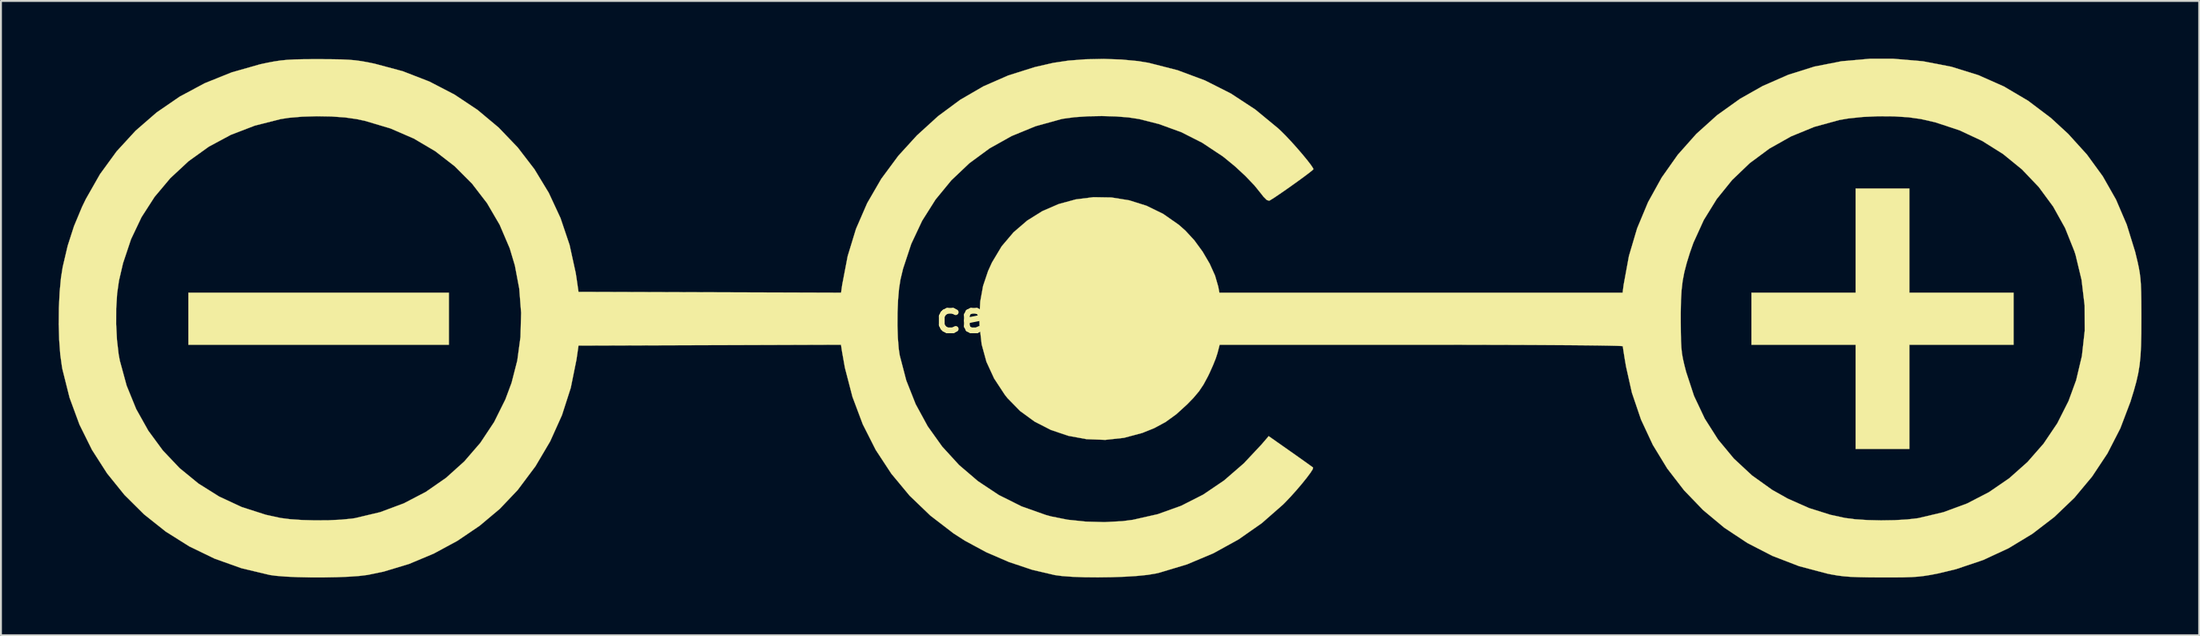
<source format=kicad_pcb>
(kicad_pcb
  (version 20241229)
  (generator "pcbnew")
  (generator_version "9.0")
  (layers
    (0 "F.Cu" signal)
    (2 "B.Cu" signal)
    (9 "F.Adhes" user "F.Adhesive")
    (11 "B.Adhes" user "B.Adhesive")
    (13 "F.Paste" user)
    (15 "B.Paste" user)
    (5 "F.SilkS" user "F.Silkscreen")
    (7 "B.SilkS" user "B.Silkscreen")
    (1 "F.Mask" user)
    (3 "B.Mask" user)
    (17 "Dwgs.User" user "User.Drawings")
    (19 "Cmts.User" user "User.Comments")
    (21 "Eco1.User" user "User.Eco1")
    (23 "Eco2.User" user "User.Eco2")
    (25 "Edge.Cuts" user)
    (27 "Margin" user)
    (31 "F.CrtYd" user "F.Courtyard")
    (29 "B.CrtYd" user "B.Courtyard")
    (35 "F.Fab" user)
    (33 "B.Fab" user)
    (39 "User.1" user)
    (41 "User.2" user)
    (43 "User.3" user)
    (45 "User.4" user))
  (footprint "center_positive"
    (layer "F.Cu")
    (at 54.159 13.442)
    (property "Reference" "center_positive" (at 0 0 0) (layer "F.SilkS") (effects (font (size 1.524 1.524) (thickness 0.3))))
    (attr through_hole)
    (fp_poly (pts (xy -33.867 1.439) (xy -47.413 1.439) (xy -47.413 -1.27) (xy -33.867 -1.27) (xy -33.867 1.439)) (stroke (width 0.01) (type solid)) (fill yes) (layer "F.SilkS"))
    (fp_poly (pts (xy 42.079 -1.27) (xy 47.498 -1.27) (xy 47.498 1.439) (xy 42.079 1.439) (xy 42.079 6.858) (xy 39.285 6.858) (xy 39.285 1.439) (xy 33.867 1.439) (xy 33.867 -1.27) (xy 39.285 -1.27) (xy 39.285 -6.689) (xy 42.079 -6.689) (xy 42.079 -1.27)) (stroke (width 0.01) (type solid)) (fill yes) (layer "F.SilkS"))
    (fp_poly (pts (xy 42.782 -13.306) (xy 44.258 -13.022) (xy 45.662 -12.586) (xy 46.993 -11.996) (xy 48.252 -11.253) (xy 49.44 -10.356) (xy 50.338 -9.529) (xy 51.312 -8.455) (xy 52.138 -7.321) (xy 52.825 -6.111) (xy 53.383 -4.809) (xy 53.819 -3.4) (xy 53.948 -2.865) (xy 54.011 -2.569) (xy 54.059 -2.296) (xy 54.094 -2.015) (xy 54.118 -1.697) (xy 54.133 -1.312) (xy 54.141 -0.83) (xy 54.144 -0.221) (xy 54.144 0.085) (xy 54.141 0.852) (xy 54.127 1.485) (xy 54.099 2.018) (xy 54.052 2.485) (xy 53.981 2.92) (xy 53.882 3.359) (xy 53.75 3.835) (xy 53.581 4.384) (xy 53.575 4.403) (xy 53.048 5.79) (xy 52.38 7.091) (xy 51.579 8.298) (xy 50.656 9.403) (xy 49.617 10.397) (xy 48.474 11.273) (xy 47.235 12.023) (xy 45.908 12.638) (xy 44.502 13.111) (xy 43.559 13.337) (xy 43.194 13.408) (xy 42.87 13.46) (xy 42.551 13.498) (xy 42.203 13.522) (xy 41.79 13.536) (xy 41.278 13.541) (xy 40.632 13.541) (xy 40.629 13.541) (xy 39.971 13.537) (xy 39.447 13.527) (xy 39.025 13.51) (xy 38.671 13.482) (xy 38.35 13.442) (xy 38.028 13.386) (xy 37.804 13.341) (xy 36.342 12.954) (xy 34.958 12.421) (xy 33.661 11.753) (xy 32.457 10.956) (xy 31.355 10.038) (xy 30.363 9.009) (xy 29.489 7.876) (xy 28.74 6.648) (xy 28.126 5.333) (xy 27.652 3.938) (xy 27.344 2.562) (xy 27.278 2.173) (xy 27.225 1.844) (xy 27.19 1.612) (xy 27.178 1.516) (xy 27.095 1.505) (xy 26.85 1.495) (xy 26.451 1.486) (xy 25.907 1.477) (xy 25.225 1.469) (xy 24.413 1.462) (xy 23.479 1.456) (xy 22.43 1.45) (xy 21.275 1.446) (xy 20.021 1.443) (xy 18.677 1.44) (xy 17.25 1.439) (xy 16.695 1.439) (xy 6.213 1.439) (xy 6.1 1.877) (xy 6.012 2.149) (xy 5.867 2.51) (xy 5.692 2.901) (xy 5.604 3.084) (xy 5.375 3.508) (xy 5.139 3.861) (xy 4.85 4.204) (xy 4.534 4.53) (xy 3.961 5.052) (xy 3.404 5.456) (xy 2.809 5.777) (xy 2.192 6.025) (xy 1.238 6.28) (xy 0.265 6.386) (xy -0.707 6.349) (xy -1.656 6.175) (xy -2.563 5.869) (xy -3.406 5.437) (xy -4.164 4.885) (xy -4.817 4.218) (xy -4.958 4.039) (xy -5.515 3.191) (xy -5.913 2.326) (xy -6.162 1.417) (xy -6.273 0.433) (xy -6.28 0.085) (xy -6.265 -0.224) (xy 30.191 -0.224) (xy 30.191 0.212) (xy 30.196 0.787) (xy 30.205 1.231) (xy 30.223 1.583) (xy 30.254 1.881) (xy 30.303 2.165) (xy 30.373 2.472) (xy 30.466 2.836) (xy 30.882 4.102) (xy 31.441 5.284) (xy 32.134 6.373) (xy 32.953 7.359) (xy 33.893 8.233) (xy 34.945 8.986) (xy 35.754 9.441) (xy 36.862 9.932) (xy 37.975 10.283) (xy 38.735 10.447) (xy 39.264 10.515) (xy 39.905 10.557) (xy 40.605 10.573) (xy 41.308 10.562) (xy 41.962 10.525) (xy 42.51 10.461) (xy 42.555 10.454) (xy 43.854 10.147) (xy 45.08 9.695) (xy 46.223 9.103) (xy 47.273 8.382) (xy 48.221 7.539) (xy 49.058 6.583) (xy 49.773 5.522) (xy 50.357 4.365) (xy 50.753 3.282) (xy 51.052 2.02) (xy 51.198 0.712) (xy 51.192 -0.615) (xy 51.034 -1.936) (xy 50.725 -3.223) (xy 50.659 -3.429) (xy 50.178 -4.632) (xy 49.558 -5.747) (xy 48.807 -6.766) (xy 47.935 -7.68) (xy 46.951 -8.482) (xy 45.866 -9.163) (xy 44.687 -9.715) (xy 43.425 -10.131) (xy 42.687 -10.3) (xy 42.035 -10.392) (xy 41.275 -10.44) (xy 40.463 -10.446) (xy 39.655 -10.409) (xy 38.906 -10.331) (xy 38.439 -10.251) (xy 37.143 -9.896) (xy 35.929 -9.399) (xy 34.805 -8.767) (xy 33.78 -8.008) (xy 32.863 -7.13) (xy 32.063 -6.141) (xy 31.388 -5.048) (xy 30.847 -3.86) (xy 30.665 -3.344) (xy 30.5 -2.81) (xy 30.377 -2.336) (xy 30.29 -1.881) (xy 30.234 -1.405) (xy 30.203 -0.867) (xy 30.191 -0.224) (xy -6.265 -0.224) (xy -6.235 -0.811) (xy -6.089 -1.618) (xy -5.829 -2.393) (xy -5.625 -2.842) (xy -5.121 -3.683) (xy -4.505 -4.409) (xy -3.796 -5.019) (xy -3.009 -5.51) (xy -2.16 -5.878) (xy -1.268 -6.121) (xy -0.347 -6.237) (xy 0.584 -6.222) (xy 1.51 -6.074) (xy 2.413 -5.79) (xy 3.278 -5.367) (xy 4.087 -4.802) (xy 4.431 -4.499) (xy 4.897 -3.993) (xy 5.327 -3.405) (xy 5.695 -2.778) (xy 5.975 -2.157) (xy 6.14 -1.587) (xy 6.14 -1.587) (xy 6.2 -1.27) (xy 16.684 -1.27) (xy 27.168 -1.27) (xy 27.22 -1.672) (xy 27.496 -3.176) (xy 27.922 -4.614) (xy 28.491 -5.977) (xy 29.198 -7.255) (xy 30.035 -8.441) (xy 30.998 -9.525) (xy 32.079 -10.499) (xy 33.274 -11.353) (xy 34.448 -12.017) (xy 35.779 -12.601) (xy 37.143 -13.03) (xy 38.556 -13.307) (xy 40.032 -13.437) (xy 41.233 -13.437) (xy 42.782 -13.306)) (stroke (width 0.01) (type solid)) (fill yes) (layer "F.SilkS"))
    (fp_poly (pts (xy 1.109 -13.396) (xy 1.971 -13.315) (xy 2.514 -13.226) (xy 4.026 -12.84) (xy 5.454 -12.307) (xy 6.801 -11.626) (xy 8.066 -10.797) (xy 9.253 -9.818) (xy 9.398 -9.683) (xy 9.65 -9.432) (xy 9.936 -9.128) (xy 10.233 -8.797) (xy 10.517 -8.467) (xy 10.767 -8.163) (xy 10.96 -7.913) (xy 11.072 -7.743) (xy 11.091 -7.692) (xy 11.026 -7.627) (xy 10.849 -7.487) (xy 10.588 -7.291) (xy 10.271 -7.06) (xy 9.927 -6.814) (xy 9.583 -6.572) (xy 9.267 -6.355) (xy 9.009 -6.182) (xy 8.834 -6.075) (xy 8.788 -6.052) (xy 8.664 -6.09) (xy 8.488 -6.265) (xy 8.394 -6.388) (xy 8.026 -6.843) (xy 7.553 -7.339) (xy 7.018 -7.835) (xy 6.464 -8.291) (xy 6.353 -8.375) (xy 5.307 -9.068) (xy 4.223 -9.617) (xy 3.067 -10.038) (xy 2.032 -10.3) (xy 1.478 -10.385) (xy 0.812 -10.437) (xy 0.087 -10.456) (xy -0.643 -10.443) (xy -1.327 -10.397) (xy -1.91 -10.319) (xy -2.032 -10.295) (xy -3.361 -9.927) (xy -4.604 -9.417) (xy -5.753 -8.774) (xy -6.801 -8.003) (xy -7.739 -7.114) (xy -8.561 -6.113) (xy -9.258 -5.009) (xy -9.823 -3.808) (xy -10.249 -2.519) (xy -10.386 -1.947) (xy -10.459 -1.475) (xy -10.51 -0.887) (xy -10.537 -0.231) (xy -10.541 0.441) (xy -10.52 1.083) (xy -10.475 1.644) (xy -10.423 1.99) (xy -10.082 3.297) (xy -9.594 4.53) (xy -8.967 5.681) (xy -8.212 6.738) (xy -7.338 7.693) (xy -6.352 8.536) (xy -5.266 9.256) (xy -4.087 9.845) (xy -2.825 10.292) (xy -2.54 10.37) (xy -1.688 10.539) (xy -0.744 10.637) (xy 0.227 10.664) (xy 1.161 10.614) (xy 1.7 10.544) (xy 2.995 10.251) (xy 4.212 9.815) (xy 5.358 9.233) (xy 6.44 8.5) (xy 7.467 7.611) (xy 8.387 6.631) (xy 8.763 6.192) (xy 9.898 6.989) (xy 10.281 7.259) (xy 10.614 7.495) (xy 10.873 7.681) (xy 11.034 7.797) (xy 11.075 7.829) (xy 11.051 7.917) (xy 10.931 8.105) (xy 10.736 8.366) (xy 10.485 8.677) (xy 10.199 9.013) (xy 9.897 9.349) (xy 9.6 9.66) (xy 9.509 9.751) (xy 8.407 10.717) (xy 7.194 11.565) (xy 5.889 12.284) (xy 4.512 12.863) (xy 3.081 13.293) (xy 2.879 13.34) (xy 2.467 13.408) (xy 1.923 13.463) (xy 1.286 13.503) (xy 0.592 13.528) (xy -0.121 13.537) (xy -0.816 13.531) (xy -1.455 13.507) (xy -2.001 13.466) (xy -2.359 13.418) (xy -3.535 13.143) (xy -4.74 12.74) (xy -5.923 12.229) (xy -7.031 11.631) (xy -7.62 11.253) (xy -8.83 10.324) (xy -9.909 9.288) (xy -10.857 8.147) (xy -11.67 6.908) (xy -12.345 5.574) (xy -12.88 4.148) (xy -13.273 2.636) (xy -13.422 1.799) (xy -13.477 1.438) (xy -20.302 1.46) (xy -27.126 1.482) (xy -27.231 2.207) (xy -27.528 3.677) (xy -27.985 5.098) (xy -28.599 6.462) (xy -29.363 7.757) (xy -30.274 8.974) (xy -30.3 9.006) (xy -31.219 9.973) (xy -32.267 10.853) (xy -33.42 11.634) (xy -34.653 12.301) (xy -35.943 12.841) (xy -37.266 13.24) (xy -38.094 13.411) (xy -38.515 13.463) (xy -39.061 13.502) (xy -39.695 13.528) (xy -40.379 13.54) (xy -41.075 13.539) (xy -41.747 13.525) (xy -42.356 13.497) (xy -42.864 13.456) (xy -43.178 13.413) (xy -44.654 13.061) (xy -46.053 12.562) (xy -47.369 11.924) (xy -48.593 11.154) (xy -49.719 10.259) (xy -50.737 9.248) (xy -51.641 8.128) (xy -52.424 6.907) (xy -53.076 5.592) (xy -53.592 4.191) (xy -53.963 2.711) (xy -53.987 2.582) (xy -54.075 1.947) (xy -54.131 1.195) (xy -54.154 0.372) (xy -54.154 0.369) (xy -51.169 0.369) (xy -51.127 1.181) (xy -51.041 1.926) (xy -50.979 2.263) (xy -50.624 3.565) (xy -50.127 4.784) (xy -49.496 5.91) (xy -48.741 6.937) (xy -47.869 7.856) (xy -46.889 8.658) (xy -45.81 9.335) (xy -44.64 9.879) (xy -43.387 10.281) (xy -42.625 10.447) (xy -42.12 10.512) (xy -41.5 10.554) (xy -40.818 10.572) (xy -40.125 10.567) (xy -39.474 10.536) (xy -38.917 10.482) (xy -38.745 10.456) (xy -37.44 10.146) (xy -36.21 9.688) (xy -35.065 9.091) (xy -34.015 8.362) (xy -33.067 7.509) (xy -32.23 6.54) (xy -31.515 5.462) (xy -30.929 4.283) (xy -30.607 3.42) (xy -30.31 2.262) (xy -30.144 1.035) (xy -30.11 -0.223) (xy -30.207 -1.475) (xy -30.435 -2.685) (xy -30.702 -3.576) (xy -31.226 -4.802) (xy -31.883 -5.927) (xy -32.665 -6.943) (xy -33.566 -7.846) (xy -34.577 -8.629) (xy -35.693 -9.287) (xy -36.906 -9.812) (xy -38.209 -10.2) (xy -38.661 -10.298) (xy -39.265 -10.384) (xy -39.977 -10.434) (xy -40.739 -10.447) (xy -41.494 -10.424) (xy -42.184 -10.365) (xy -42.619 -10.298) (xy -43.961 -9.957) (xy -45.204 -9.48) (xy -46.35 -8.864) (xy -47.402 -8.109) (xy -48.353 -7.225) (xy -49.17 -6.253) (xy -49.849 -5.199) (xy -50.394 -4.053) (xy -50.811 -2.804) (xy -51.023 -1.894) (xy -51.118 -1.226) (xy -51.166 -0.453) (xy -51.169 0.369) (xy -54.154 0.369) (xy -54.147 -0.473) (xy -54.108 -1.291) (xy -54.039 -2.034) (xy -53.949 -2.604) (xy -53.689 -3.711) (xy -53.362 -4.727) (xy -52.946 -5.724) (xy -52.746 -6.138) (xy -52.008 -7.434) (xy -51.143 -8.621) (xy -50.159 -9.692) (xy -49.063 -10.644) (xy -47.86 -11.47) (xy -46.558 -12.166) (xy -45.164 -12.727) (xy -43.685 -13.148) (xy -43.307 -13.229) (xy -42.952 -13.296) (xy -42.62 -13.346) (xy -42.275 -13.38) (xy -41.881 -13.401) (xy -41.4 -13.412) (xy -40.797 -13.415) (xy -40.598 -13.415) (xy -39.974 -13.411) (xy -39.481 -13.403) (xy -39.082 -13.385) (xy -38.739 -13.356) (xy -38.414 -13.312) (xy -38.07 -13.25) (xy -37.729 -13.18) (xy -36.264 -12.787) (xy -34.879 -12.25) (xy -33.581 -11.577) (xy -32.378 -10.777) (xy -31.278 -9.857) (xy -30.289 -8.826) (xy -29.418 -7.692) (xy -28.673 -6.464) (xy -28.061 -5.148) (xy -27.591 -3.754) (xy -27.27 -2.29) (xy -27.231 -2.038) (xy -27.126 -1.312) (xy -20.3 -1.291) (xy -13.473 -1.269) (xy -13.416 -1.672) (xy -13.129 -3.172) (xy -12.697 -4.587) (xy -12.116 -5.924) (xy -11.384 -7.188) (xy -10.498 -8.386) (xy -9.531 -9.446) (xy -8.429 -10.45) (xy -7.283 -11.298) (xy -6.075 -12) (xy -4.786 -12.565) (xy -3.4 -13.002) (xy -2.441 -13.222) (xy -1.65 -13.34) (xy -0.757 -13.409) (xy 0.181 -13.428) (xy 1.109 -13.396)) (stroke (width 0.01) (type solid)) (fill yes) (layer "F.SilkS")))
  (gr_rect
    (start -3 -3)
    (end 111.309 29.989)
    (stroke (width 0.1) (type default))
    (fill no)
    (layer "Edge.Cuts")))
</source>
